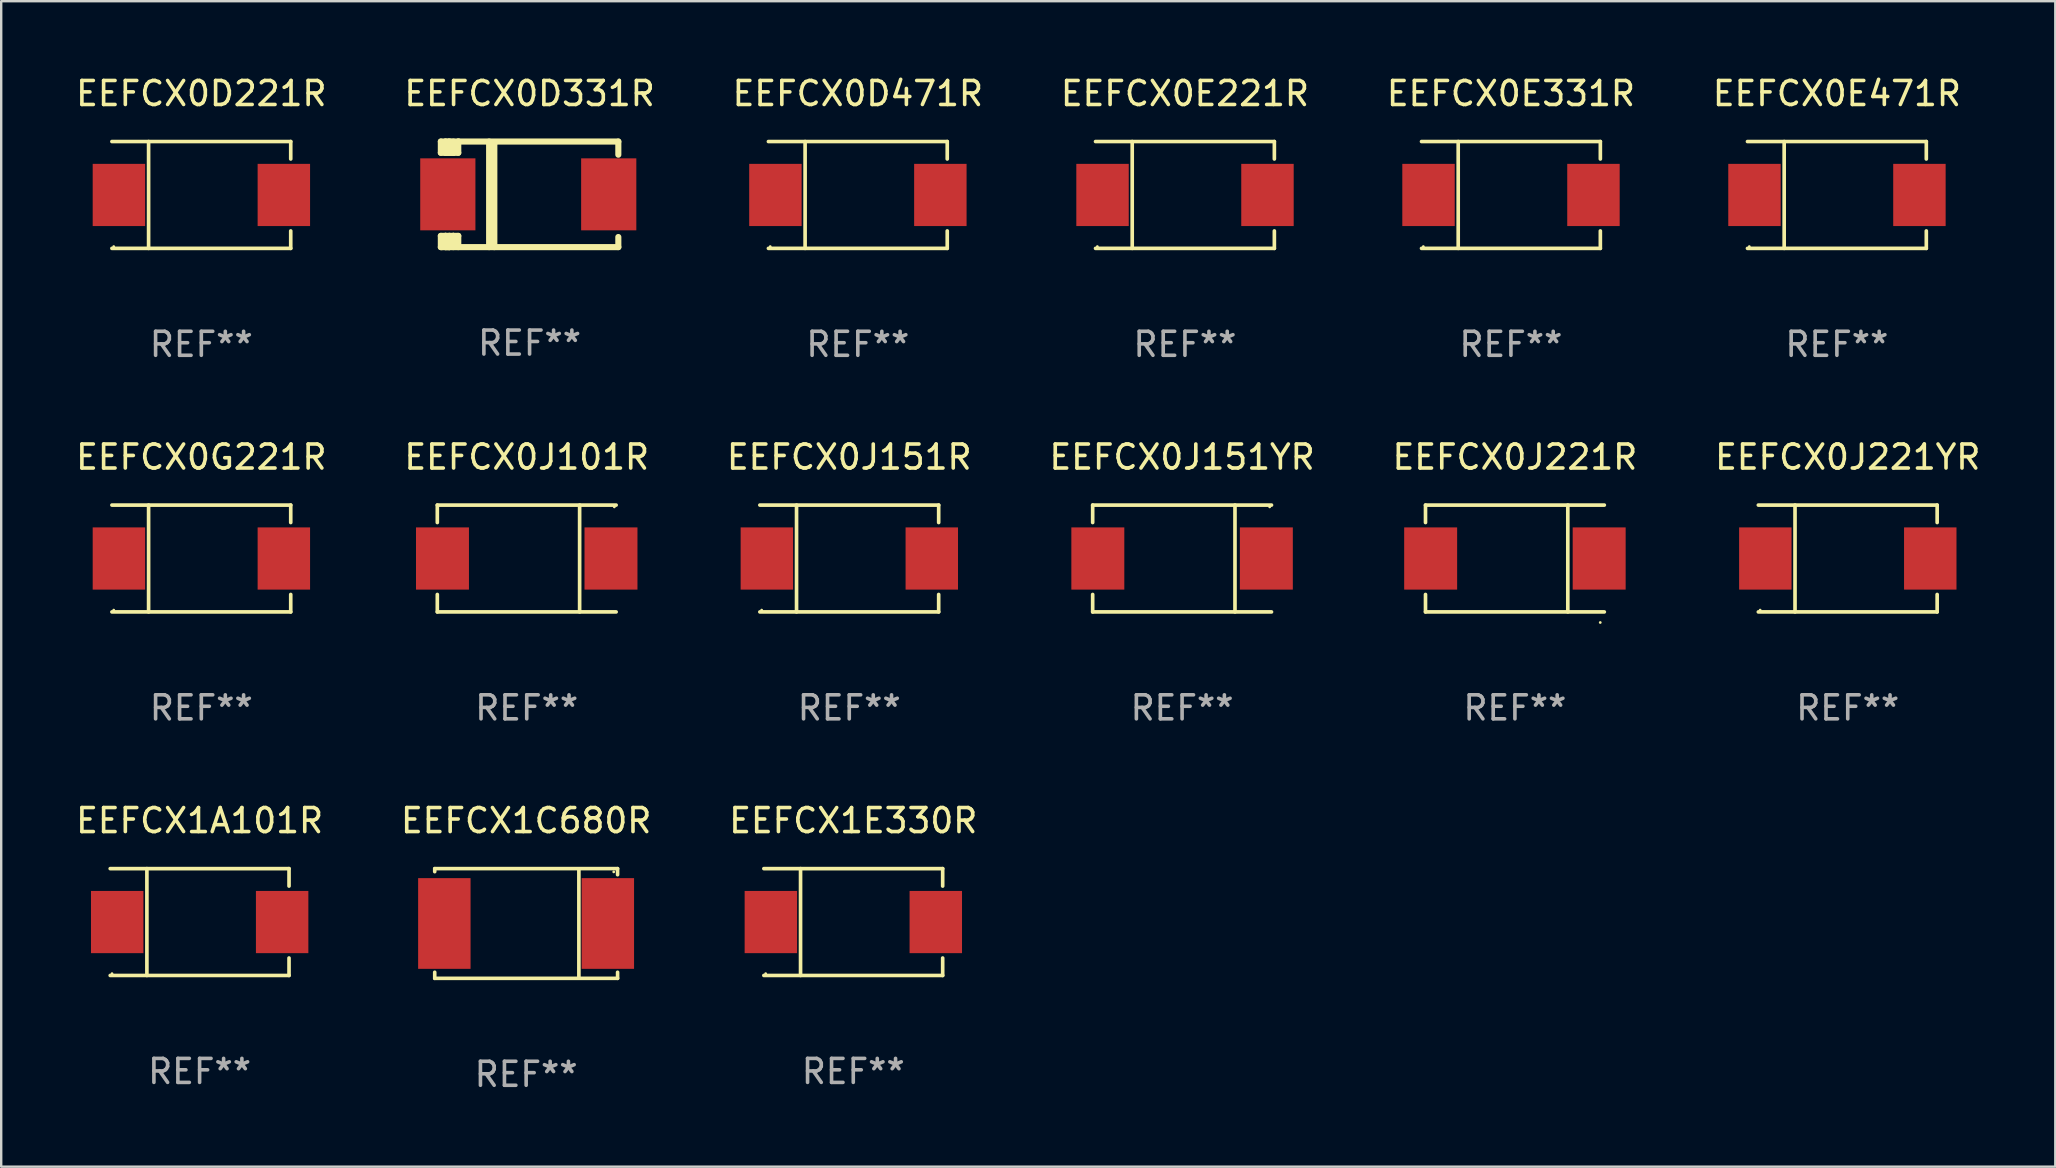
<source format=kicad_pcb>
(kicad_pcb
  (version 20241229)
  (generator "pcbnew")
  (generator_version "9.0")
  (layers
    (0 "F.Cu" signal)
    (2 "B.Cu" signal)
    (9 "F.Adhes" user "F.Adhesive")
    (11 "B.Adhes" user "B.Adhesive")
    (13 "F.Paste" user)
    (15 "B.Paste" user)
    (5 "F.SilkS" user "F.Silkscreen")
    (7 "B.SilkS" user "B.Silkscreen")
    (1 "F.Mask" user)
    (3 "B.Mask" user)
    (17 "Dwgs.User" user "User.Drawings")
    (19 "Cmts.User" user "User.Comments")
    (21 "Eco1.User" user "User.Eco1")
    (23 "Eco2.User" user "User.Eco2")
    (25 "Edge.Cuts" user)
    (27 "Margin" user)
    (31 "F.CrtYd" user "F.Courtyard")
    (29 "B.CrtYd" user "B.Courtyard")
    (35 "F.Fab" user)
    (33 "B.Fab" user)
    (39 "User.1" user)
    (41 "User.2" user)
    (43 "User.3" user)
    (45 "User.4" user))
  (footprint "EEFCX0E221R"
    (layer "F.Cu")
    (at 46.327 5.074)
    (property "Reference" "EEFCX0E221R" (at 0 -4.226 0) (layer "F.SilkS") (effects (font (size 1 1) (thickness 0.15))))
    (attr through_hole)
    (fp_line (start -3.726 -2.226) (end 3.726 -2.226) (stroke (width 0.152) (type solid)) (layer "F.SilkS"))
    (fp_line (start -3.726 2.226) (end 3.726 2.226) (stroke (width 0.152) (type solid)) (layer "F.SilkS"))
    (fp_line (start -2.197 -2.226) (end -2.197 2.226) (stroke (width 0.152) (type solid)) (layer "F.SilkS"))
    (fp_line (start 3.726 -2.226) (end 3.726 -1.499) (stroke (width 0.152) (type solid)) (layer "F.SilkS"))
    (fp_line (start 3.726 2.226) (end 3.726 1.499) (stroke (width 0.152) (type solid)) (layer "F.SilkS"))
    (fp_circle (center -3.65 2.15) (end -3.62 2.15) (stroke (width 0.06) (type solid)) (fill no) (layer "F.SilkS"))
    (fp_text user "REF**" (at 0 6.226 0) (layer "F.Fab") (effects (font (size 1 1) (thickness 0.15))))
    (pad "1" smd rect (at -3.434 0 180) (size 2.185 2.592) (layers "F.Cu" "F.Mask" "F.Paste"))
    (pad "2" smd rect (at 3.439 0 180) (size 2.185 2.592) (layers "F.Cu" "F.Mask" "F.Paste")))
  (footprint "EEFCX0D331R"
    (layer "F.Cu")
    (at 19.018 5.048)
    (property "Reference" "EEFCX0D331R" (at 0 -4.2 0) (layer "F.SilkS") (effects (font (size 1 1) (thickness 0.15))))
    (attr through_hole)
    (fp_line (start -3.698 -2.2) (end -3.502 -2.2) (stroke (width 0.254) (type solid)) (layer "F.SilkS"))
    (fp_line (start -3.698 -1.731) (end -3.698 -2.2) (stroke (width 0.254) (type solid)) (layer "F.SilkS"))
    (fp_line (start -3.698 -1.731) (end -3.502 -1.731) (stroke (width 0.254) (type solid)) (layer "F.SilkS"))
    (fp_line (start -3.698 1.731) (end -3.502 1.731) (stroke (width 0.254) (type solid)) (layer "F.SilkS"))
    (fp_line (start -3.698 2.2) (end -3.698 1.731) (stroke (width 0.254) (type solid)) (layer "F.SilkS"))
    (fp_line (start -3.66 2.2) (end -3.698 2.2) (stroke (width 0.254) (type solid)) (layer "F.SilkS"))
    (fp_line (start -3.66 2.2) (end -3.346 2.2) (stroke (width 0.254) (type solid)) (layer "F.SilkS"))
    (fp_line (start -3.502 -2.2) (end 3.698 -2.2) (stroke (width 0.254) (type solid)) (layer "F.SilkS"))
    (fp_line (start -3.502 -1.731) (end -3.502 -2.2) (stroke (width 0.254) (type solid)) (layer "F.SilkS"))
    (fp_line (start -3.502 1.731) (end -3.502 1.778) (stroke (width 0.254) (type solid)) (layer "F.SilkS"))
    (fp_line (start -3.502 1.731) (end -3.178 1.731) (stroke (width 0.254) (type solid)) (layer "F.SilkS"))
    (fp_line (start -3.502 1.778) (end -3.502 1.731) (stroke (width 0.254) (type solid)) (layer "F.SilkS"))
    (fp_line (start -3.502 2.2) (end -3.502 1.778) (stroke (width 0.254) (type solid)) (layer "F.SilkS"))
    (fp_line (start -3.502 2.2) (end 3.698 2.2) (stroke (width 0.254) (type solid)) (layer "F.SilkS"))
    (fp_line (start -3.367 -2.2) (end -3.367 -1.731) (stroke (width 0.254) (type solid)) (layer "F.SilkS"))
    (fp_line (start -3.346 1.731) (end -3.346 2.2) (stroke (width 0.254) (type solid)) (layer "F.SilkS"))
    (fp_line (start -3.346 2.2) (end -3.346 2.2) (stroke (width 0.254) (type solid)) (layer "F.SilkS"))
    (fp_line (start -3.332 1.731) (end -3.346 1.731) (stroke (width 0.254) (type solid)) (layer "F.SilkS"))
    (fp_line (start -3.303 -2.2) (end -3.367 -2.2) (stroke (width 0.254) (type solid)) (layer "F.SilkS"))
    (fp_line (start -3.179 -1.731) (end -3.179 -1.731) (stroke (width 0.254) (type solid)) (layer "F.SilkS"))
    (fp_line (start -3.179 1.731) (end -3.179 2.2) (stroke (width 0.254) (type solid)) (layer "F.SilkS"))
    (fp_line (start -3.178 -1.731) (end -3.502 -1.731) (stroke (width 0.254) (type solid)) (layer "F.SilkS"))
    (fp_line (start -3.178 -1.731) (end -3.179 -1.731) (stroke (width 0.254) (type solid)) (layer "F.SilkS"))
    (fp_line (start -3.178 -1.731) (end -3.178 -2.2) (stroke (width 0.254) (type solid)) (layer "F.SilkS"))
    (fp_line (start -3.178 1.731) (end -3.178 1.731) (stroke (width 0.254) (type solid)) (layer "F.SilkS"))
    (fp_line (start -2.972 -2.2) (end -2.972 -1.731) (stroke (width 0.254) (type solid)) (layer "F.SilkS"))
    (fp_line (start -2.972 -1.731) (end -3.502 -1.731) (stroke (width 0.254) (type solid)) (layer "F.SilkS"))
    (fp_line (start -2.972 1.731) (end -3.179 1.731) (stroke (width 0.254) (type solid)) (layer "F.SilkS"))
    (fp_line (start -2.972 1.731) (end -2.972 2.2) (stroke (width 0.254) (type solid)) (layer "F.SilkS"))
    (fp_line (start -2.957 -2.2) (end -2.972 -2.2) (stroke (width 0.254) (type solid)) (layer "F.SilkS"))
    (fp_line (start -1.686 -2.2) (end -1.686 2.2) (stroke (width 0.254) (type solid)) (layer "F.SilkS"))
    (fp_line (start -1.469 -2.159) (end -1.469 2.2) (stroke (width 0.254) (type solid)) (layer "F.SilkS"))
    (fp_line (start -1.452 -2.159) (end -1.469 -2.159) (stroke (width 0.254) (type solid)) (layer "F.SilkS"))
    (fp_line (start 3.698 -2.2) (end 3.698 -1.651) (stroke (width 0.254) (type solid)) (layer "F.SilkS"))
    (fp_line (start 3.698 2.2) (end 3.698 1.778) (stroke (width 0.254) (type solid)) (layer "F.SilkS"))
    (fp_circle (center -3.552 2.15) (end -3.522 2.15) (stroke (width 0.06) (type solid)) (fill no) (layer "F.SilkS"))
    (fp_text user "REF**" (at 0 6.2 0) (layer "F.Fab") (effects (font (size 1 1) (thickness 0.15))))
    (pad "1" smd rect (at -3.407 0) (size 2.3 3) (layers "F.Cu" "F.Mask" "F.Paste"))
    (pad "2" smd rect (at 3.298 0) (size 2.3 3) (layers "F.Cu" "F.Mask" "F.Paste")))
  (footprint "EEFCX0J101R"
    (layer "F.Cu")
    (at 18.899 20.223)
    (property "Reference" "EEFCX0J101R" (at 0 -4.226 0) (layer "F.SilkS") (effects (font (size 1 1) (thickness 0.15))))
    (attr through_hole)
    (fp_line (start -3.726 -2.226) (end -3.726 -1.499) (stroke (width 0.152) (type solid)) (layer "F.SilkS"))
    (fp_line (start -3.726 -2.226) (end 3.726 -2.226) (stroke (width 0.152) (type solid)) (layer "F.SilkS"))
    (fp_line (start -3.726 2.226) (end -3.726 1.499) (stroke (width 0.152) (type solid)) (layer "F.SilkS"))
    (fp_line (start -3.726 2.226) (end 3.726 2.226) (stroke (width 0.152) (type solid)) (layer "F.SilkS"))
    (fp_line (start 2.204 -2.226) (end 2.204 2.226) (stroke (width 0.152) (type solid)) (layer "F.SilkS"))
    (fp_circle (center 3.65 -2.15) (end 3.68 -2.15) (stroke (width 0.06) (type solid)) (fill no) (layer "F.SilkS"))
    (fp_text user "REF**" (at 0 6.226 0) (layer "F.Fab") (effects (font (size 1 1) (thickness 0.15))))
    (pad "1" smd rect (at 3.511 0) (size 2.207 2.592) (layers "F.Cu" "F.Mask" "F.Paste"))
    (pad "2" smd rect (at -3.511 0) (size 2.207 2.592) (layers "F.Cu" "F.Mask" "F.Paste")))
  (footprint "EEFCX0J151YR"
    (layer "F.Cu")
    (at 46.208 20.223)
    (property "Reference" "EEFCX0J151YR" (at 0 -4.226 0) (layer "F.SilkS") (effects (font (size 1 1) (thickness 0.15))))
    (attr through_hole)
    (fp_line (start -3.726 -2.226) (end -3.726 -1.499) (stroke (width 0.152) (type solid)) (layer "F.SilkS"))
    (fp_line (start -3.726 -2.226) (end 3.726 -2.226) (stroke (width 0.152) (type solid)) (layer "F.SilkS"))
    (fp_line (start -3.726 2.226) (end -3.726 1.499) (stroke (width 0.152) (type solid)) (layer "F.SilkS"))
    (fp_line (start -3.726 2.226) (end 3.726 2.226) (stroke (width 0.152) (type solid)) (layer "F.SilkS"))
    (fp_line (start 2.204 -2.226) (end 2.204 2.226) (stroke (width 0.152) (type solid)) (layer "F.SilkS"))
    (fp_circle (center 3.65 -2.15) (end 3.68 -2.15) (stroke (width 0.06) (type solid)) (fill no) (layer "F.SilkS"))
    (fp_text user "REF**" (at 0 6.226 0) (layer "F.Fab") (effects (font (size 1 1) (thickness 0.15))))
    (pad "1" smd rect (at 3.511 0) (size 2.207 2.592) (layers "F.Cu" "F.Mask" "F.Paste"))
    (pad "2" smd rect (at -3.511 0) (size 2.207 2.592) (layers "F.Cu" "F.Mask" "F.Paste")))
  (footprint "EEFCX1C680R"
    (layer "F.Cu")
    (at 18.875 35.432)
    (property "Reference" "EEFCX1C680R" (at 0 -4.286 0) (layer "F.SilkS") (effects (font (size 1 1) (thickness 0.15))))
    (attr through_hole)
    (fp_line (start -3.81 -2.286) (end -3.81 -2.159) (stroke (width 0.15) (type solid)) (layer "F.SilkS"))
    (fp_line (start -3.81 2.032) (end -3.81 2.286) (stroke (width 0.15) (type solid)) (layer "F.SilkS"))
    (fp_line (start -3.81 2.286) (end 3.81 2.286) (stroke (width 0.15) (type solid)) (layer "F.SilkS"))
    (fp_line (start 2.197 -2.226) (end 2.197 2.226) (stroke (width 0.152) (type solid)) (layer "F.SilkS"))
    (fp_line (start 3.81 -2.286) (end -3.81 -2.286) (stroke (width 0.15) (type solid)) (layer "F.SilkS"))
    (fp_line (start 3.81 -2.032) (end 3.81 -2.286) (stroke (width 0.15) (type solid)) (layer "F.SilkS"))
    (fp_line (start 3.81 2.286) (end 3.81 2.032) (stroke (width 0.15) (type solid)) (layer "F.SilkS"))
    (fp_circle (center 3.65 -2.15) (end 3.68 -2.15) (stroke (width 0.06) (type solid)) (fill no) (layer "F.SilkS"))
    (fp_text user "REF**" (at 0 6.286 0) (layer "F.Fab") (effects (font (size 1 1) (thickness 0.15))))
    (pad "1" smd rect (at 3.404 0 180) (size 2.185 3.78) (layers "F.Cu" "F.Mask" "F.Paste"))
    (pad "2" smd rect (at -3.409 0 180) (size 2.185 3.78) (layers "F.Cu" "F.Mask" "F.Paste")))
  (footprint "EEFCX0E331R"
    (layer "F.Cu")
    (at 59.911 5.074)
    (property "Reference" "EEFCX0E331R" (at 0 -4.226 0) (layer "F.SilkS") (effects (font (size 1 1) (thickness 0.15))))
    (attr through_hole)
    (fp_line (start -3.726 -2.226) (end 3.726 -2.226) (stroke (width 0.152) (type solid)) (layer "F.SilkS"))
    (fp_line (start -3.726 2.226) (end 3.726 2.226) (stroke (width 0.152) (type solid)) (layer "F.SilkS"))
    (fp_line (start -2.197 -2.226) (end -2.197 2.226) (stroke (width 0.152) (type solid)) (layer "F.SilkS"))
    (fp_line (start 3.726 -2.226) (end 3.726 -1.499) (stroke (width 0.152) (type solid)) (layer "F.SilkS"))
    (fp_line (start 3.726 2.226) (end 3.726 1.499) (stroke (width 0.152) (type solid)) (layer "F.SilkS"))
    (fp_circle (center -3.65 2.15) (end -3.62 2.15) (stroke (width 0.06) (type solid)) (fill no) (layer "F.SilkS"))
    (fp_text user "REF**" (at 0 6.226 0) (layer "F.Fab") (effects (font (size 1 1) (thickness 0.15))))
    (pad "1" smd rect (at -3.434 0 180) (size 2.185 2.592) (layers "F.Cu" "F.Mask" "F.Paste"))
    (pad "2" smd rect (at 3.439 0 180) (size 2.185 2.592) (layers "F.Cu" "F.Mask" "F.Paste")))
  (footprint "EEFCX0J221R"
    (layer "F.Cu")
    (at 60.077 20.223)
    (property "Reference" "EEFCX0J221R" (at 0 -4.226 0) (layer "F.SilkS") (effects (font (size 1 1) (thickness 0.15))))
    (attr through_hole)
    (fp_line (start -3.726 -2.226) (end -3.726 -1.499) (stroke (width 0.152) (type solid)) (layer "F.SilkS"))
    (fp_line (start -3.726 -2.226) (end 3.726 -2.226) (stroke (width 0.152) (type solid)) (layer "F.SilkS"))
    (fp_line (start -3.726 2.226) (end -3.726 1.499) (stroke (width 0.152) (type solid)) (layer "F.SilkS"))
    (fp_line (start -3.726 2.226) (end 3.726 2.226) (stroke (width 0.152) (type solid)) (layer "F.SilkS"))
    (fp_line (start 2.204 -2.226) (end 2.204 2.226) (stroke (width 0.152) (type solid)) (layer "F.SilkS"))
    (fp_circle (center 3.556 2.667) (end 3.586 2.667) (stroke (width 0.06) (type solid)) (fill no) (layer "F.SilkS"))
    (fp_text user "REF**" (at 0 6.226 0) (layer "F.Fab") (effects (font (size 1 1) (thickness 0.15))))
    (pad "1" smd rect (at 3.511 0.000051) (size 2.207 2.592) (layers "F.Cu" "F.Mask" "F.Paste"))
    (pad "2" smd rect (at -3.511 0.000051) (size 2.207 2.592) (layers "F.Cu" "F.Mask" "F.Paste")))
  (footprint "EEFCX1A101R"
    (layer "F.Cu")
    (at 5.268 35.372)
    (property "Reference" "EEFCX1A101R" (at 0 -4.226 0) (layer "F.SilkS") (effects (font (size 1 1) (thickness 0.15))))
    (attr through_hole)
    (fp_line (start -3.726 -2.226) (end 3.726 -2.226) (stroke (width 0.152) (type solid)) (layer "F.SilkS"))
    (fp_line (start -3.726 2.226) (end 3.726 2.226) (stroke (width 0.152) (type solid)) (layer "F.SilkS"))
    (fp_line (start -2.197 -2.226) (end -2.197 2.226) (stroke (width 0.152) (type solid)) (layer "F.SilkS"))
    (fp_line (start 3.726 -2.226) (end 3.726 -1.499) (stroke (width 0.152) (type solid)) (layer "F.SilkS"))
    (fp_line (start 3.726 2.226) (end 3.726 1.499) (stroke (width 0.152) (type solid)) (layer "F.SilkS"))
    (fp_circle (center -3.65 2.15) (end -3.62 2.15) (stroke (width 0.06) (type solid)) (fill no) (layer "F.SilkS"))
    (fp_text user "REF**" (at 0 6.226 0) (layer "F.Fab") (effects (font (size 1 1) (thickness 0.15))))
    (pad "1" smd rect (at -3.434 0 180) (size 2.185 2.592) (layers "F.Cu" "F.Mask" "F.Paste"))
    (pad "2" smd rect (at 3.439 0 180) (size 2.185 2.592) (layers "F.Cu" "F.Mask" "F.Paste")))
  (footprint "EEFCX0J151R"
    (layer "F.Cu")
    (at 32.339 20.223)
    (property "Reference" "EEFCX0J151R" (at 0 -4.226 0) (layer "F.SilkS") (effects (font (size 1 1) (thickness 0.15))))
    (attr through_hole)
    (fp_line (start -3.726 -2.226) (end 3.726 -2.226) (stroke (width 0.152) (type solid)) (layer "F.SilkS"))
    (fp_line (start -3.726 2.226) (end 3.726 2.226) (stroke (width 0.152) (type solid)) (layer "F.SilkS"))
    (fp_line (start -2.197 -2.226) (end -2.197 2.226) (stroke (width 0.152) (type solid)) (layer "F.SilkS"))
    (fp_line (start 3.726 -2.226) (end 3.726 -1.499) (stroke (width 0.152) (type solid)) (layer "F.SilkS"))
    (fp_line (start 3.726 2.226) (end 3.726 1.499) (stroke (width 0.152) (type solid)) (layer "F.SilkS"))
    (fp_circle (center -3.65 2.15) (end -3.62 2.15) (stroke (width 0.06) (type solid)) (fill no) (layer "F.SilkS"))
    (fp_text user "REF**" (at 0 6.226 0) (layer "F.Fab") (effects (font (size 1 1) (thickness 0.15))))
    (pad "1" smd rect (at -3.434 0 180) (size 2.185 2.592) (layers "F.Cu" "F.Mask" "F.Paste"))
    (pad "2" smd rect (at 3.439 0 180) (size 2.185 2.592) (layers "F.Cu" "F.Mask" "F.Paste")))
  (footprint "EEFCX0D471R"
    (layer "F.Cu")
    (at 32.696 5.074)
    (property "Reference" "EEFCX0D471R" (at 0 -4.226 0) (layer "F.SilkS") (effects (font (size 1 1) (thickness 0.15))))
    (attr through_hole)
    (fp_line (start -3.726 -2.226) (end 3.726 -2.226) (stroke (width 0.152) (type solid)) (layer "F.SilkS"))
    (fp_line (start -3.726 2.226) (end 3.726 2.226) (stroke (width 0.152) (type solid)) (layer "F.SilkS"))
    (fp_line (start -2.197 -2.226) (end -2.197 2.226) (stroke (width 0.152) (type solid)) (layer "F.SilkS"))
    (fp_line (start 3.726 -2.226) (end 3.726 -1.499) (stroke (width 0.152) (type solid)) (layer "F.SilkS"))
    (fp_line (start 3.726 2.226) (end 3.726 1.499) (stroke (width 0.152) (type solid)) (layer "F.SilkS"))
    (fp_circle (center -3.65 2.15) (end -3.62 2.15) (stroke (width 0.06) (type solid)) (fill no) (layer "F.SilkS"))
    (fp_text user "REF**" (at 0 6.226 0) (layer "F.Fab") (effects (font (size 1 1) (thickness 0.15))))
    (pad "1" smd rect (at -3.434 0 180) (size 2.185 2.592) (layers "F.Cu" "F.Mask" "F.Paste"))
    (pad "2" smd rect (at 3.439 0 180) (size 2.185 2.592) (layers "F.Cu" "F.Mask" "F.Paste")))
  (footprint "EEFCX0G221R"
    (layer "F.Cu")
    (at 5.339 20.223)
    (property "Reference" "EEFCX0G221R" (at 0 -4.226 0) (layer "F.SilkS") (effects (font (size 1 1) (thickness 0.15))))
    (attr through_hole)
    (fp_line (start -3.726 -2.226) (end 3.726 -2.226) (stroke (width 0.152) (type solid)) (layer "F.SilkS"))
    (fp_line (start -3.726 2.226) (end 3.726 2.226) (stroke (width 0.152) (type solid)) (layer "F.SilkS"))
    (fp_line (start -2.197 -2.226) (end -2.197 2.226) (stroke (width 0.152) (type solid)) (layer "F.SilkS"))
    (fp_line (start 3.726 -2.226) (end 3.726 -1.499) (stroke (width 0.152) (type solid)) (layer "F.SilkS"))
    (fp_line (start 3.726 2.226) (end 3.726 1.499) (stroke (width 0.152) (type solid)) (layer "F.SilkS"))
    (fp_circle (center -3.65 2.15) (end -3.62 2.15) (stroke (width 0.06) (type solid)) (fill no) (layer "F.SilkS"))
    (fp_text user "REF**" (at 0 6.226 0) (layer "F.Fab") (effects (font (size 1 1) (thickness 0.15))))
    (pad "1" smd rect (at -3.434 0 180) (size 2.185 2.592) (layers "F.Cu" "F.Mask" "F.Paste"))
    (pad "2" smd rect (at 3.439 0 180) (size 2.185 2.592) (layers "F.Cu" "F.Mask" "F.Paste")))
  (footprint "EEFCX1E330R"
    (layer "F.Cu")
    (at 32.506 35.372)
    (property "Reference" "EEFCX1E330R" (at 0 -4.226 0) (layer "F.SilkS") (effects (font (size 1 1) (thickness 0.15))))
    (attr through_hole)
    (fp_line (start -3.726 -2.226) (end 3.726 -2.226) (stroke (width 0.152) (type solid)) (layer "F.SilkS"))
    (fp_line (start -3.726 2.226) (end 3.726 2.226) (stroke (width 0.152) (type solid)) (layer "F.SilkS"))
    (fp_line (start -2.197 -2.226) (end -2.197 2.226) (stroke (width 0.152) (type solid)) (layer "F.SilkS"))
    (fp_line (start 3.726 -2.226) (end 3.726 -1.499) (stroke (width 0.152) (type solid)) (layer "F.SilkS"))
    (fp_line (start 3.726 2.226) (end 3.726 1.499) (stroke (width 0.152) (type solid)) (layer "F.SilkS"))
    (fp_circle (center -3.65 2.15) (end -3.62 2.15) (stroke (width 0.06) (type solid)) (fill no) (layer "F.SilkS"))
    (fp_text user "REF**" (at 0 6.226 0) (layer "F.Fab") (effects (font (size 1 1) (thickness 0.15))))
    (pad "1" smd rect (at -3.434 0 180) (size 2.185 2.592) (layers "F.Cu" "F.Mask" "F.Paste"))
    (pad "2" smd rect (at 3.439 0 180) (size 2.185 2.592) (layers "F.Cu" "F.Mask" "F.Paste")))
  (footprint "EEFCX0J221YR"
    (layer "F.Cu")
    (at 73.946 20.223)
    (property "Reference" "EEFCX0J221YR" (at 0 -4.226 0) (layer "F.SilkS") (effects (font (size 1 1) (thickness 0.15))))
    (attr through_hole)
    (fp_line (start -3.726 -2.226) (end 3.726 -2.226) (stroke (width 0.152) (type solid)) (layer "F.SilkS"))
    (fp_line (start -3.726 2.226) (end 3.726 2.226) (stroke (width 0.152) (type solid)) (layer "F.SilkS"))
    (fp_line (start -2.197 -2.226) (end -2.197 2.226) (stroke (width 0.152) (type solid)) (layer "F.SilkS"))
    (fp_line (start 3.726 -2.226) (end 3.726 -1.499) (stroke (width 0.152) (type solid)) (layer "F.SilkS"))
    (fp_line (start 3.726 2.226) (end 3.726 1.499) (stroke (width 0.152) (type solid)) (layer "F.SilkS"))
    (fp_circle (center -3.65 2.15) (end -3.62 2.15) (stroke (width 0.06) (type solid)) (fill no) (layer "F.SilkS"))
    (fp_text user "REF**" (at 0 6.226 0) (layer "F.Fab") (effects (font (size 1 1) (thickness 0.15))))
    (pad "1" smd rect (at -3.434 0 180) (size 2.185 2.592) (layers "F.Cu" "F.Mask" "F.Paste"))
    (pad "2" smd rect (at 3.439 0 180) (size 2.185 2.592) (layers "F.Cu" "F.Mask" "F.Paste")))
  (footprint "EEFCX0D221R"
    (layer "F.Cu")
    (at 5.339 5.074)
    (property "Reference" "EEFCX0D221R" (at 0 -4.226 0) (layer "F.SilkS") (effects (font (size 1 1) (thickness 0.15))))
    (attr through_hole)
    (fp_line (start -3.726 -2.226) (end 3.726 -2.226) (stroke (width 0.152) (type solid)) (layer "F.SilkS"))
    (fp_line (start -3.726 2.226) (end 3.726 2.226) (stroke (width 0.152) (type solid)) (layer "F.SilkS"))
    (fp_line (start -2.197 -2.226) (end -2.197 2.226) (stroke (width 0.152) (type solid)) (layer "F.SilkS"))
    (fp_line (start 3.726 -2.226) (end 3.726 -1.499) (stroke (width 0.152) (type solid)) (layer "F.SilkS"))
    (fp_line (start 3.726 2.226) (end 3.726 1.499) (stroke (width 0.152) (type solid)) (layer "F.SilkS"))
    (fp_circle (center -3.65 2.15) (end -3.62 2.15) (stroke (width 0.06) (type solid)) (fill no) (layer "F.SilkS"))
    (fp_text user "REF**" (at 0 6.226 0) (layer "F.Fab") (effects (font (size 1 1) (thickness 0.15))))
    (pad "1" smd rect (at -3.434 0 180) (size 2.185 2.592) (layers "F.Cu" "F.Mask" "F.Paste"))
    (pad "2" smd rect (at 3.439 0 180) (size 2.185 2.592) (layers "F.Cu" "F.Mask" "F.Paste")))
  (footprint "EEFCX0E471R"
    (layer "F.Cu")
    (at 73.494 5.074)
    (property "Reference" "EEFCX0E471R" (at 0 -4.226 0) (layer "F.SilkS") (effects (font (size 1 1) (thickness 0.15))))
    (attr through_hole)
    (fp_line (start -3.726 -2.226) (end 3.726 -2.226) (stroke (width 0.152) (type solid)) (layer "F.SilkS"))
    (fp_line (start -3.726 2.226) (end 3.726 2.226) (stroke (width 0.152) (type solid)) (layer "F.SilkS"))
    (fp_line (start -2.197 -2.226) (end -2.197 2.226) (stroke (width 0.152) (type solid)) (layer "F.SilkS"))
    (fp_line (start 3.726 -2.226) (end 3.726 -1.499) (stroke (width 0.152) (type solid)) (layer "F.SilkS"))
    (fp_line (start 3.726 2.226) (end 3.726 1.499) (stroke (width 0.152) (type solid)) (layer "F.SilkS"))
    (fp_circle (center -3.65 2.15) (end -3.62 2.15) (stroke (width 0.06) (type solid)) (fill no) (layer "F.SilkS"))
    (fp_text user "REF**" (at 0 6.226 0) (layer "F.Fab") (effects (font (size 1 1) (thickness 0.15))))
    (pad "1" smd rect (at -3.434 0 180) (size 2.185 2.592) (layers "F.Cu" "F.Mask" "F.Paste"))
    (pad "2" smd rect (at 3.439 0 180) (size 2.185 2.592) (layers "F.Cu" "F.Mask" "F.Paste")))
  (gr_rect
    (start -3 -3)
    (end 82.595 45.566)
    (stroke (width 0.1) (type default))
    (fill no)
    (layer "Edge.Cuts")))
</source>
